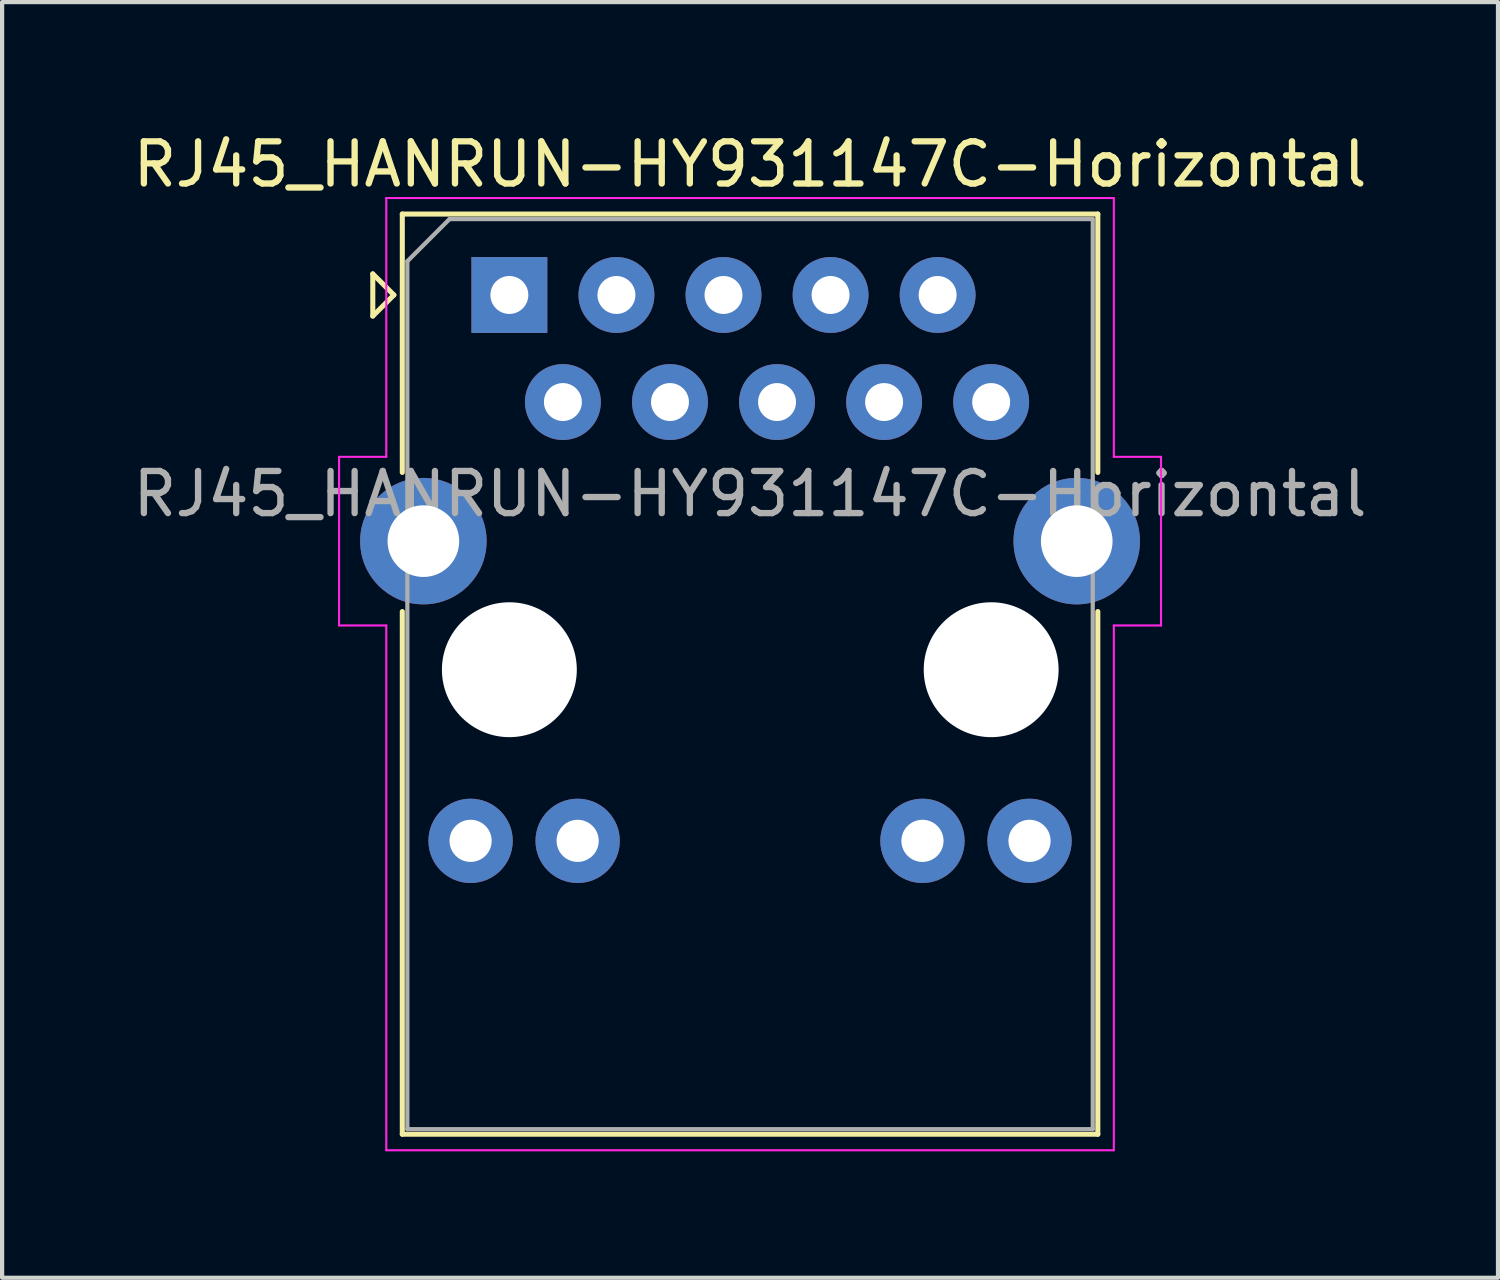
<source format=kicad_pcb>
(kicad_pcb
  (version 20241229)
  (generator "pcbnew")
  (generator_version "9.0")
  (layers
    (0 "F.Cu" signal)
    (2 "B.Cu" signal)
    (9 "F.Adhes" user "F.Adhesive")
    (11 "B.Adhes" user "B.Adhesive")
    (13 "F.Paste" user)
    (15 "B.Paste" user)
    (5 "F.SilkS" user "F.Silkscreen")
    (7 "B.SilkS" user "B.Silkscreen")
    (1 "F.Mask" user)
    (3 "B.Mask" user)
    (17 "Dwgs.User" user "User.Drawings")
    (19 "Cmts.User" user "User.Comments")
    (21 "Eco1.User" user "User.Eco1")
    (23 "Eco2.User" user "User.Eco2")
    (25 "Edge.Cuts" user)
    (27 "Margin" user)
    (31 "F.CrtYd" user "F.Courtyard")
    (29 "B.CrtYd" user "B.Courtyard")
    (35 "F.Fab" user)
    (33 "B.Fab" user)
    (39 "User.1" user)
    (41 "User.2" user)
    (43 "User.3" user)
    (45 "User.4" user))
  (footprint "RJ45_HANRUN-HY931147C-Horizontal"
    (layer "F.Cu")
    (at 9.034 3.948)
    (property "Reference" "RJ45_HANRUN-HY931147C-Horizontal" (at 5.71 -3.1 0) (layer "F.SilkS") (effects (font (size 1 1) (thickness 0.15))))
    (attr through_hole)
    (fp_line (start -3.24 -0.5) (end -3.24 0.5) (stroke (width 0.12) (type solid)) (layer "F.SilkS"))
    (fp_line (start -3.24 0.5) (end -2.74 0) (stroke (width 0.12) (type solid)) (layer "F.SilkS"))
    (fp_line (start -2.74 0) (end -3.24 -0.5) (stroke (width 0.12) (type solid)) (layer "F.SilkS"))
    (fp_line (start -2.54 -1.92) (end -2.54 4.21) (stroke (width 0.12) (type solid)) (layer "F.SilkS"))
    (fp_line (start -2.54 -1.92) (end 13.96 -1.92) (stroke (width 0.12) (type solid)) (layer "F.SilkS"))
    (fp_line (start -2.54 7.51) (end -2.54 19.91) (stroke (width 0.12) (type solid)) (layer "F.SilkS"))
    (fp_line (start -2.54 19.91) (end 13.96 19.91) (stroke (width 0.12) (type solid)) (layer "F.SilkS"))
    (fp_line (start 13.96 -1.92) (end 13.96 4.21) (stroke (width 0.12) (type solid)) (layer "F.SilkS"))
    (fp_line (start 13.96 7.51) (end 13.96 19.91) (stroke (width 0.12) (type solid)) (layer "F.SilkS"))
    (fp_line (start -4.04 3.84) (end -4.04 7.84) (stroke (width 0.05) (type solid)) (layer "F.CrtYd"))
    (fp_line (start -4.04 7.84) (end -2.92 7.84) (stroke (width 0.05) (type solid)) (layer "F.CrtYd"))
    (fp_line (start -2.92 -2.3) (end -2.92 3.84) (stroke (width 0.05) (type solid)) (layer "F.CrtYd"))
    (fp_line (start -2.92 -2.3) (end 14.34 -2.3) (stroke (width 0.05) (type solid)) (layer "F.CrtYd"))
    (fp_line (start -2.92 3.84) (end -4.04 3.84) (stroke (width 0.05) (type solid)) (layer "F.CrtYd"))
    (fp_line (start -2.92 7.84) (end -2.92 20.29) (stroke (width 0.05) (type solid)) (layer "F.CrtYd"))
    (fp_line (start -2.92 20.29) (end 14.34 20.29) (stroke (width 0.05) (type solid)) (layer "F.CrtYd"))
    (fp_line (start 14.34 -2.3) (end 14.34 3.84) (stroke (width 0.05) (type solid)) (layer "F.CrtYd"))
    (fp_line (start 14.34 7.84) (end 14.34 20.29) (stroke (width 0.05) (type solid)) (layer "F.CrtYd"))
    (fp_line (start 14.34 7.84) (end 15.46 7.84) (stroke (width 0.05) (type solid)) (layer "F.CrtYd"))
    (fp_line (start 15.46 3.84) (end 14.34 3.84) (stroke (width 0.05) (type solid)) (layer "F.CrtYd"))
    (fp_line (start 15.46 3.84) (end 15.46 7.84) (stroke (width 0.05) (type solid)) (layer "F.CrtYd"))
    (fp_line (start -2.42 -0.8) (end -1.42 -1.8) (stroke (width 0.1) (type solid)) (layer "F.Fab"))
    (fp_line (start -2.42 19.79) (end -2.42 -0.8) (stroke (width 0.1) (type solid)) (layer "F.Fab"))
    (fp_line (start -1.42 -1.8) (end 13.84 -1.8) (stroke (width 0.1) (type solid)) (layer "F.Fab"))
    (fp_line (start 13.84 -1.8) (end 13.84 19.79) (stroke (width 0.1) (type solid)) (layer "F.Fab"))
    (fp_line (start 13.84 19.79) (end -2.42 19.79) (stroke (width 0.1) (type solid)) (layer "F.Fab"))
    (fp_text user "${REFERENCE}" (at 5.71 4.72 0) (layer "F.Fab") (effects (font (size 1 1) (thickness 0.15))))
    (pad "" np_thru_hole circle (at 0 8.89) (size 3.2 3.2) (drill 3.2) (layers "*.Cu" "*.Mask"))
    (pad "" np_thru_hole circle (at 11.43 8.89) (size 3.2 3.2) (drill 3.2) (layers "*.Cu" "*.Mask"))
    (pad "1" thru_hole rect (at 0 0) (size 1.8 1.8) (drill 0.9) (layers "*.Cu" "*.Mask"))
    (pad "2" thru_hole circle (at 1.27 2.54) (size 1.8 1.8) (drill 0.9) (layers "*.Cu" "*.Mask"))
    (pad "3" thru_hole circle (at 2.54 0) (size 1.8 1.8) (drill 0.9) (layers "*.Cu" "*.Mask"))
    (pad "4" thru_hole circle (at 3.81 2.54) (size 1.8 1.8) (drill 0.9) (layers "*.Cu" "*.Mask"))
    (pad "5" thru_hole circle (at 5.08 0) (size 1.8 1.8) (drill 0.9) (layers "*.Cu" "*.Mask"))
    (pad "6" thru_hole circle (at 6.35 2.54) (size 1.8 1.8) (drill 0.9) (layers "*.Cu" "*.Mask"))
    (pad "7" thru_hole circle (at 7.62 0) (size 1.8 1.8) (drill 0.9) (layers "*.Cu" "*.Mask"))
    (pad "8" thru_hole circle (at 8.89 2.54) (size 1.8 1.8) (drill 0.9) (layers "*.Cu" "*.Mask"))
    (pad "9" thru_hole circle (at 10.16 0) (size 1.8 1.8) (drill 0.9) (layers "*.Cu" "*.Mask"))
    (pad "10" thru_hole circle (at 11.43 2.54) (size 1.8 1.8) (drill 0.9) (layers "*.Cu" "*.Mask"))
    (pad "11" thru_hole circle (at -0.92 12.95) (size 2 2) (drill 1) (layers "*.Cu" "*.Mask"))
    (pad "12" thru_hole circle (at 1.62 12.95) (size 2 2) (drill 1) (layers "*.Cu" "*.Mask"))
    (pad "13" thru_hole circle (at 9.8 12.95) (size 2 2) (drill 1) (layers "*.Cu" "*.Mask"))
    (pad "14" thru_hole circle (at 12.34 12.95) (size 2 2) (drill 1) (layers "*.Cu" "*.Mask"))
    (pad "15" thru_hole circle (at -2.04 5.84) (size 3 3) (drill 1.7) (layers "*.Cu" "*.Mask"))
    (pad "15" thru_hole circle (at 13.46 5.84) (size 3 3) (drill 1.7) (layers "*.Cu" "*.Mask")))
  (gr_rect
    (start -3 -3)
    (end 32.488 27.263)
    (stroke (width 0.1) (type default))
    (fill no)
    (layer "Edge.Cuts")))
</source>
